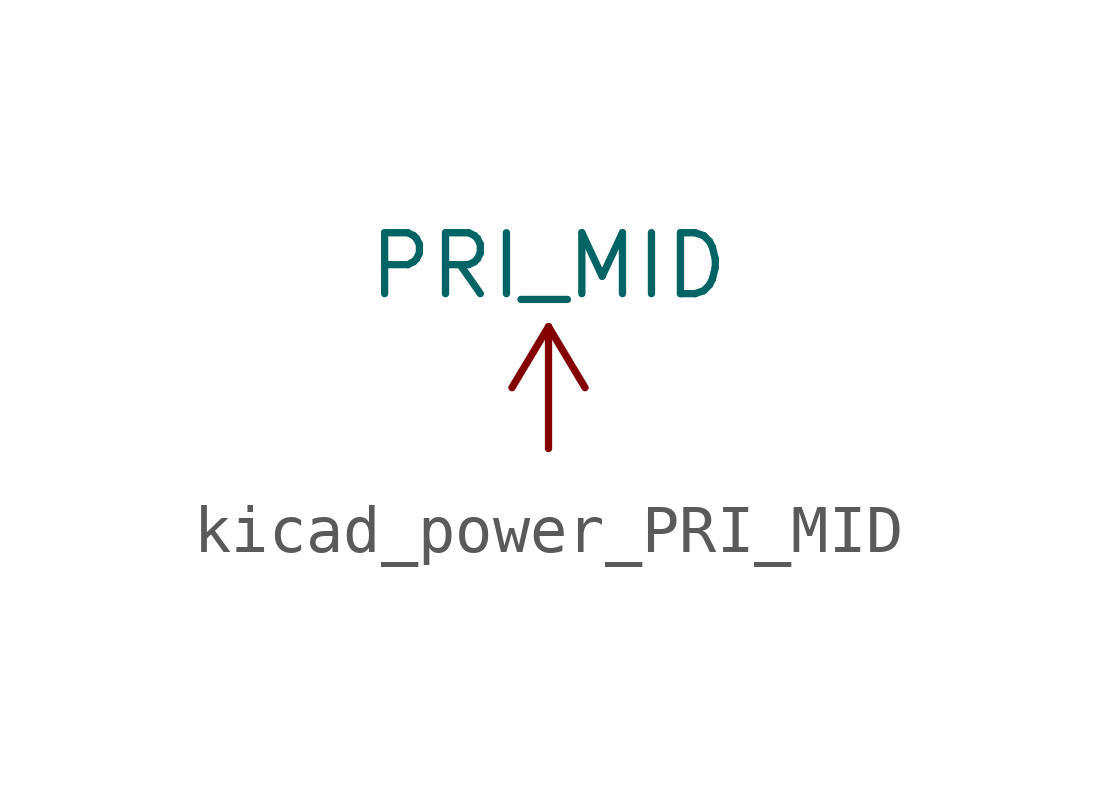
<source format=kicad_sym>
(kicad_symbol_lib
  (version 20220914)
  (generator kicad_symbol_editor)
  (symbol "kicad_power_PRI_MID"
    (power)
    (pin_names
      (offset 0))
    (property "Reference" "#PWR"
      (at 0 -3.81 0)
      (effects (font (size 1.27 1.27)) hide))
    (property "Value" "PRI_MID"
      (at 0 3.81 0)
      (effects (font (size 1.27 1.27))))
    (symbol "kicad_power_PRI_MID_0_1"
      (polyline (pts (xy -0.762 1.27) (xy 0 2.54)) (stroke (width 0) (type default)) (fill (type none)))
      (polyline (pts (xy 0 0) (xy 0 2.54)) (stroke (width 0) (type default)) (fill (type none)))
      (polyline (pts (xy 0 2.54) (xy 0.762 1.27)) (stroke (width 0) (type default)) (fill (type none))))
    (symbol "kicad_power_PRI_MID_1_1"
      (pin power_in line (at 0 0 90) (length 0) hide (name "PRI_MID" (effects (font (size 1.27 1.27)))) (number "1" (effects (font (size 1.27 1.27))))))))
</source>
